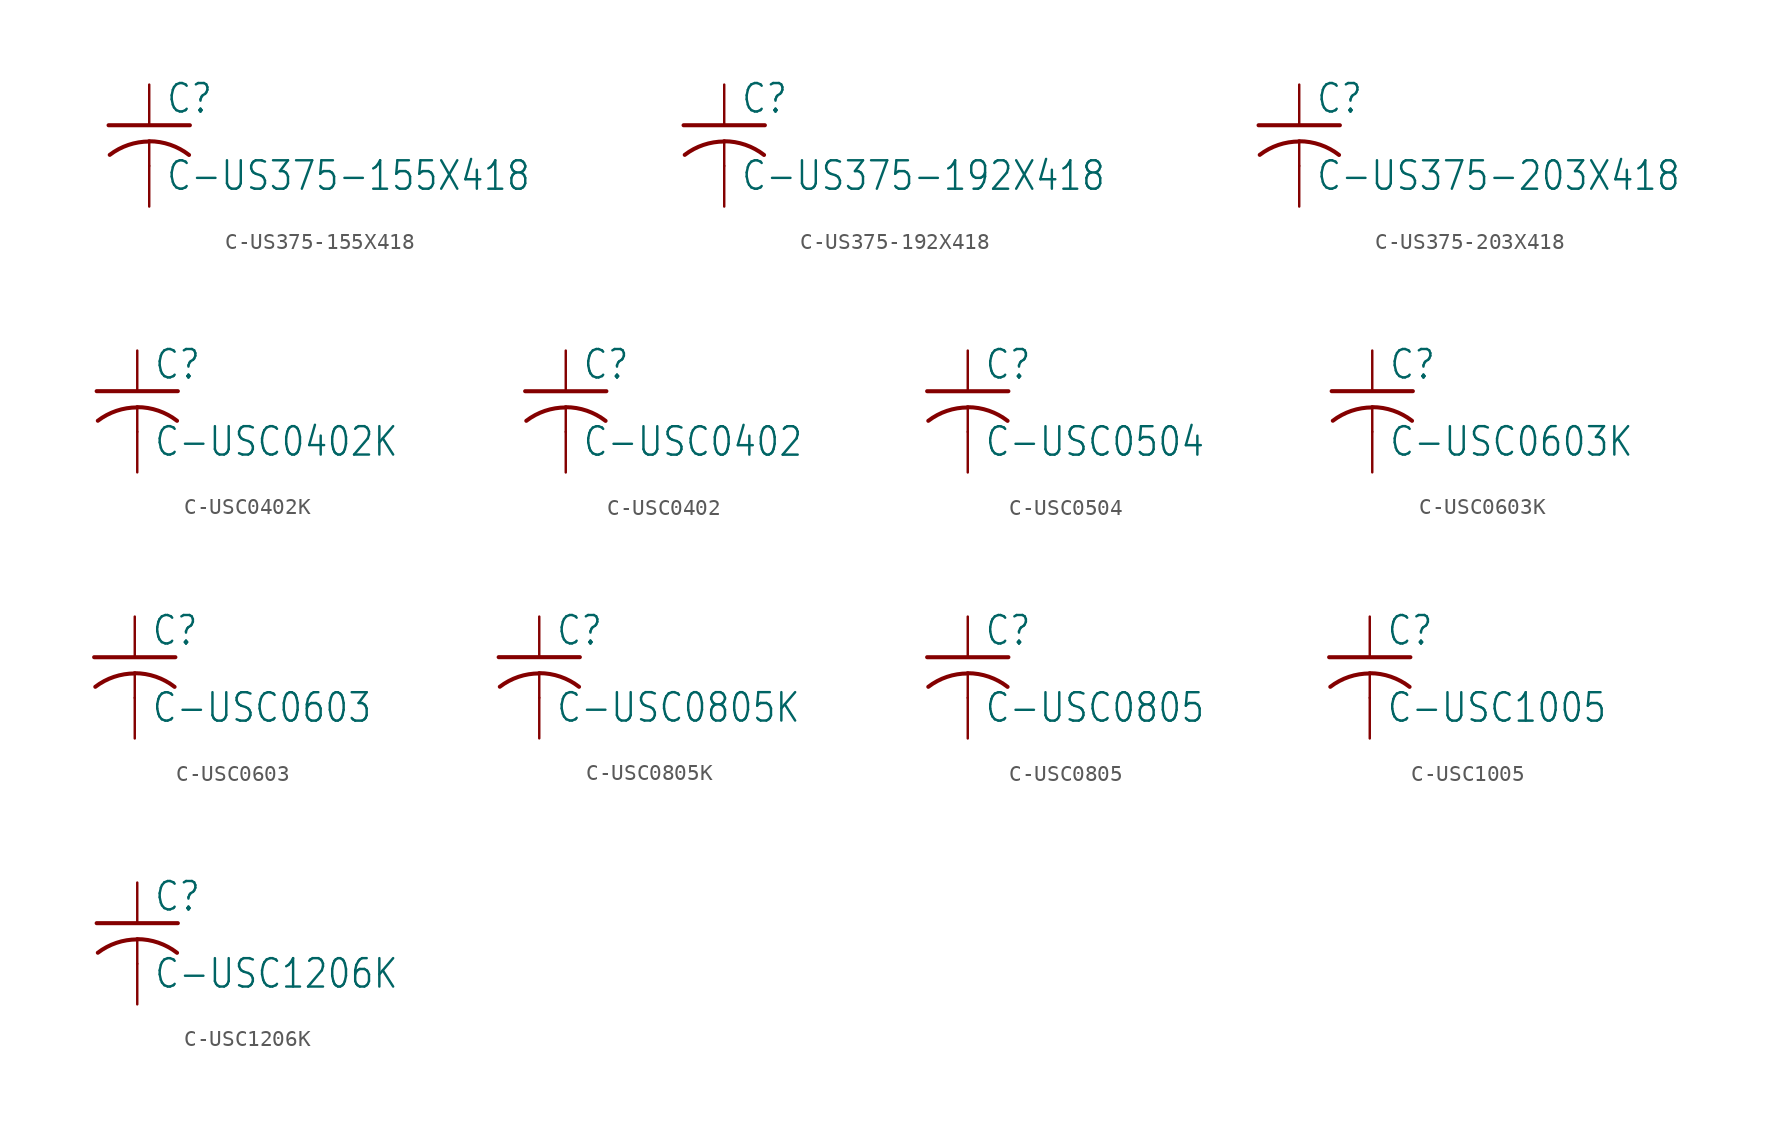
<source format=kicad_sym>
(kicad_symbol_lib
  (version 20211014)
  (generator kicad_symbol_editor)
  (symbol "C-US375-155X418"
    (property "Reference" "C"
      (at 1.016 0.635 0)
      (effects (font (size 1.778 1.511)) (justify left bottom)))
    (property "Value" "C-US375-155X418"
      (at 1.016 -4.191 0)
      (effects (font (size 1.778 1.511)) (justify left bottom)))
    (property "ki_locked" ""
      (at 0 0 0)
      (effects (font (size 1.27 1.27))))
    (symbol "C-US375-155X418_1_0"
      (arc (start 0 -1.0161) (mid -1.302 -1.2303) (end -2.4668 -1.8504) (stroke (width 0.254) (type default) (color 0 0 0 0)) (fill (type none)))
      (polyline (pts (xy -2.54 0) (xy 2.54 0)) (stroke (width 0.254) (type default) (color 0 0 0 0)) (fill (type none)))
      (polyline (pts (xy 0 -1.016) (xy 0 -2.54)) (stroke (width 0.152) (type default) (color 0 0 0 0)) (fill (type none)))
      (polyline (pts (xy 0 -1.016) (xy 0 -1.016)) (stroke (width 0.152) (type default) (color 0 0 0 0)) (fill (type none)))
      (arc (start 2.4892 -1.8542) (mid 1.3158 -1.2195) (end 0 -1) (stroke (width 0.254) (type default) (color 0 0 0 0)) (fill (type none)))
      (pin passive line (at 0 2.54 270) (length 2.54) (name "1" (effects (font (size 0 0)))) (number "1" (effects (font (size 0 0)))))
      (pin passive line (at 0 -5.08 90) (length 2.54) (name "2" (effects (font (size 0 0)))) (number "2" (effects (font (size 0 0)))))))
  (symbol "C-US375-192X418"
    (property "Reference" "C"
      (at 1.016 0.635 0)
      (effects (font (size 1.778 1.511)) (justify left bottom)))
    (property "Value" "C-US375-192X418"
      (at 1.016 -4.191 0)
      (effects (font (size 1.778 1.511)) (justify left bottom)))
    (property "ki_locked" ""
      (at 0 0 0)
      (effects (font (size 1.27 1.27))))
    (symbol "C-US375-192X418_1_0"
      (arc (start 0 -1.0161) (mid -1.302 -1.2303) (end -2.4668 -1.8504) (stroke (width 0.254) (type default) (color 0 0 0 0)) (fill (type none)))
      (polyline (pts (xy -2.54 0) (xy 2.54 0)) (stroke (width 0.254) (type default) (color 0 0 0 0)) (fill (type none)))
      (polyline (pts (xy 0 -1.016) (xy 0 -2.54)) (stroke (width 0.152) (type default) (color 0 0 0 0)) (fill (type none)))
      (polyline (pts (xy 0 -1.016) (xy 0 -1.016)) (stroke (width 0.152) (type default) (color 0 0 0 0)) (fill (type none)))
      (arc (start 2.4892 -1.8542) (mid 1.3158 -1.2195) (end 0 -1) (stroke (width 0.254) (type default) (color 0 0 0 0)) (fill (type none)))
      (pin passive line (at 0 2.54 270) (length 2.54) (name "1" (effects (font (size 0 0)))) (number "1" (effects (font (size 0 0)))))
      (pin passive line (at 0 -5.08 90) (length 2.54) (name "2" (effects (font (size 0 0)))) (number "2" (effects (font (size 0 0)))))))
  (symbol "C-US375-203X418"
    (property "Reference" "C"
      (at 1.016 0.635 0)
      (effects (font (size 1.778 1.511)) (justify left bottom)))
    (property "Value" "C-US375-203X418"
      (at 1.016 -4.191 0)
      (effects (font (size 1.778 1.511)) (justify left bottom)))
    (property "ki_locked" ""
      (at 0 0 0)
      (effects (font (size 1.27 1.27))))
    (symbol "C-US375-203X418_1_0"
      (arc (start 0 -1.0161) (mid -1.302 -1.2303) (end -2.4668 -1.8504) (stroke (width 0.254) (type default) (color 0 0 0 0)) (fill (type none)))
      (polyline (pts (xy -2.54 0) (xy 2.54 0)) (stroke (width 0.254) (type default) (color 0 0 0 0)) (fill (type none)))
      (polyline (pts (xy 0 -1.016) (xy 0 -2.54)) (stroke (width 0.152) (type default) (color 0 0 0 0)) (fill (type none)))
      (polyline (pts (xy 0 -1.016) (xy 0 -1.016)) (stroke (width 0.152) (type default) (color 0 0 0 0)) (fill (type none)))
      (arc (start 2.4892 -1.8542) (mid 1.3158 -1.2195) (end 0 -1) (stroke (width 0.254) (type default) (color 0 0 0 0)) (fill (type none)))
      (pin passive line (at 0 2.54 270) (length 2.54) (name "1" (effects (font (size 0 0)))) (number "1" (effects (font (size 0 0)))))
      (pin passive line (at 0 -5.08 90) (length 2.54) (name "2" (effects (font (size 0 0)))) (number "2" (effects (font (size 0 0)))))))
  (symbol "C-USC0402K"
    (property "Reference" "C"
      (at 1.016 0.635 0)
      (effects (font (size 1.778 1.511)) (justify left bottom)))
    (property "Value" "C-USC0402K"
      (at 1.016 -4.191 0)
      (effects (font (size 1.778 1.511)) (justify left bottom)))
    (property "ki_locked" ""
      (at 0 0 0)
      (effects (font (size 1.27 1.27))))
    (symbol "C-USC0402K_1_0"
      (arc (start 0 -1.0161) (mid -1.302 -1.2303) (end -2.4668 -1.8504) (stroke (width 0.254) (type default) (color 0 0 0 0)) (fill (type none)))
      (polyline (pts (xy -2.54 0) (xy 2.54 0)) (stroke (width 0.254) (type default) (color 0 0 0 0)) (fill (type none)))
      (polyline (pts (xy 0 -1.016) (xy 0 -2.54)) (stroke (width 0.152) (type default) (color 0 0 0 0)) (fill (type none)))
      (polyline (pts (xy 0 -1.016) (xy 0 -1.016)) (stroke (width 0.152) (type default) (color 0 0 0 0)) (fill (type none)))
      (arc (start 2.4892 -1.8542) (mid 1.3158 -1.2195) (end 0 -1) (stroke (width 0.254) (type default) (color 0 0 0 0)) (fill (type none)))
      (pin passive line (at 0 2.54 270) (length 2.54) (name "1" (effects (font (size 0 0)))) (number "1" (effects (font (size 0 0)))))
      (pin passive line (at 0 -5.08 90) (length 2.54) (name "2" (effects (font (size 0 0)))) (number "2" (effects (font (size 0 0)))))))
  (symbol "C-USC0402"
    (property "Reference" "C"
      (at 1.016 0.635 0)
      (effects (font (size 1.778 1.511)) (justify left bottom)))
    (property "Value" "C-USC0402"
      (at 1.016 -4.191 0)
      (effects (font (size 1.778 1.511)) (justify left bottom)))
    (property "ki_locked" ""
      (at 0 0 0)
      (effects (font (size 1.27 1.27))))
    (symbol "C-USC0402_1_0"
      (arc (start 0 -1.0161) (mid -1.302 -1.2303) (end -2.4668 -1.8504) (stroke (width 0.254) (type default) (color 0 0 0 0)) (fill (type none)))
      (polyline (pts (xy -2.54 0) (xy 2.54 0)) (stroke (width 0.254) (type default) (color 0 0 0 0)) (fill (type none)))
      (polyline (pts (xy 0 -1.016) (xy 0 -2.54)) (stroke (width 0.152) (type default) (color 0 0 0 0)) (fill (type none)))
      (polyline (pts (xy 0 -1.016) (xy 0 -1.016)) (stroke (width 0.152) (type default) (color 0 0 0 0)) (fill (type none)))
      (arc (start 2.4892 -1.8542) (mid 1.3158 -1.2195) (end 0 -1) (stroke (width 0.254) (type default) (color 0 0 0 0)) (fill (type none)))
      (pin passive line (at 0 2.54 270) (length 2.54) (name "1" (effects (font (size 0 0)))) (number "1" (effects (font (size 0 0)))))
      (pin passive line (at 0 -5.08 90) (length 2.54) (name "2" (effects (font (size 0 0)))) (number "2" (effects (font (size 0 0)))))))
  (symbol "C-USC0504"
    (property "Reference" "C"
      (at 1.016 0.635 0)
      (effects (font (size 1.778 1.511)) (justify left bottom)))
    (property "Value" "C-USC0504"
      (at 1.016 -4.191 0)
      (effects (font (size 1.778 1.511)) (justify left bottom)))
    (property "ki_locked" ""
      (at 0 0 0)
      (effects (font (size 1.27 1.27))))
    (symbol "C-USC0504_1_0"
      (arc (start 0 -1.0161) (mid -1.302 -1.2303) (end -2.4668 -1.8504) (stroke (width 0.254) (type default) (color 0 0 0 0)) (fill (type none)))
      (polyline (pts (xy -2.54 0) (xy 2.54 0)) (stroke (width 0.254) (type default) (color 0 0 0 0)) (fill (type none)))
      (polyline (pts (xy 0 -1.016) (xy 0 -2.54)) (stroke (width 0.152) (type default) (color 0 0 0 0)) (fill (type none)))
      (polyline (pts (xy 0 -1.016) (xy 0 -1.016)) (stroke (width 0.152) (type default) (color 0 0 0 0)) (fill (type none)))
      (arc (start 2.4892 -1.8542) (mid 1.3158 -1.2195) (end 0 -1) (stroke (width 0.254) (type default) (color 0 0 0 0)) (fill (type none)))
      (pin passive line (at 0 2.54 270) (length 2.54) (name "1" (effects (font (size 0 0)))) (number "1" (effects (font (size 0 0)))))
      (pin passive line (at 0 -5.08 90) (length 2.54) (name "2" (effects (font (size 0 0)))) (number "2" (effects (font (size 0 0)))))))
  (symbol "C-USC0603K"
    (property "Reference" "C"
      (at 1.016 0.635 0)
      (effects (font (size 1.778 1.511)) (justify left bottom)))
    (property "Value" "C-USC0603K"
      (at 1.016 -4.191 0)
      (effects (font (size 1.778 1.511)) (justify left bottom)))
    (property "ki_locked" ""
      (at 0 0 0)
      (effects (font (size 1.27 1.27))))
    (symbol "C-USC0603K_1_0"
      (arc (start 0 -1.0161) (mid -1.302 -1.2303) (end -2.4668 -1.8504) (stroke (width 0.254) (type default) (color 0 0 0 0)) (fill (type none)))
      (polyline (pts (xy -2.54 0) (xy 2.54 0)) (stroke (width 0.254) (type default) (color 0 0 0 0)) (fill (type none)))
      (polyline (pts (xy 0 -1.016) (xy 0 -2.54)) (stroke (width 0.152) (type default) (color 0 0 0 0)) (fill (type none)))
      (polyline (pts (xy 0 -1.016) (xy 0 -1.016)) (stroke (width 0.152) (type default) (color 0 0 0 0)) (fill (type none)))
      (arc (start 2.4892 -1.8542) (mid 1.3158 -1.2195) (end 0 -1) (stroke (width 0.254) (type default) (color 0 0 0 0)) (fill (type none)))
      (pin passive line (at 0 2.54 270) (length 2.54) (name "1" (effects (font (size 0 0)))) (number "1" (effects (font (size 0 0)))))
      (pin passive line (at 0 -5.08 90) (length 2.54) (name "2" (effects (font (size 0 0)))) (number "2" (effects (font (size 0 0)))))))
  (symbol "C-USC0603"
    (property "Reference" "C"
      (at 1.016 0.635 0)
      (effects (font (size 1.778 1.511)) (justify left bottom)))
    (property "Value" "C-USC0603"
      (at 1.016 -4.191 0)
      (effects (font (size 1.778 1.511)) (justify left bottom)))
    (property "ki_locked" ""
      (at 0 0 0)
      (effects (font (size 1.27 1.27))))
    (symbol "C-USC0603_1_0"
      (arc (start 0 -1.0161) (mid -1.302 -1.2303) (end -2.4668 -1.8504) (stroke (width 0.254) (type default) (color 0 0 0 0)) (fill (type none)))
      (polyline (pts (xy -2.54 0) (xy 2.54 0)) (stroke (width 0.254) (type default) (color 0 0 0 0)) (fill (type none)))
      (polyline (pts (xy 0 -1.016) (xy 0 -2.54)) (stroke (width 0.152) (type default) (color 0 0 0 0)) (fill (type none)))
      (polyline (pts (xy 0 -1.016) (xy 0 -1.016)) (stroke (width 0.152) (type default) (color 0 0 0 0)) (fill (type none)))
      (arc (start 2.4892 -1.8542) (mid 1.3158 -1.2195) (end 0 -1) (stroke (width 0.254) (type default) (color 0 0 0 0)) (fill (type none)))
      (pin passive line (at 0 2.54 270) (length 2.54) (name "1" (effects (font (size 0 0)))) (number "1" (effects (font (size 0 0)))))
      (pin passive line (at 0 -5.08 90) (length 2.54) (name "2" (effects (font (size 0 0)))) (number "2" (effects (font (size 0 0)))))))
  (symbol "C-USC0805K"
    (property "Reference" "C"
      (at 1.016 0.635 0)
      (effects (font (size 1.778 1.511)) (justify left bottom)))
    (property "Value" "C-USC0805K"
      (at 1.016 -4.191 0)
      (effects (font (size 1.778 1.511)) (justify left bottom)))
    (property "ki_locked" ""
      (at 0 0 0)
      (effects (font (size 1.27 1.27))))
    (symbol "C-USC0805K_1_0"
      (arc (start 0 -1.0161) (mid -1.302 -1.2303) (end -2.4668 -1.8504) (stroke (width 0.254) (type default) (color 0 0 0 0)) (fill (type none)))
      (polyline (pts (xy -2.54 0) (xy 2.54 0)) (stroke (width 0.254) (type default) (color 0 0 0 0)) (fill (type none)))
      (polyline (pts (xy 0 -1.016) (xy 0 -2.54)) (stroke (width 0.152) (type default) (color 0 0 0 0)) (fill (type none)))
      (polyline (pts (xy 0 -1.016) (xy 0 -1.016)) (stroke (width 0.152) (type default) (color 0 0 0 0)) (fill (type none)))
      (arc (start 2.4892 -1.8542) (mid 1.3158 -1.2195) (end 0 -1) (stroke (width 0.254) (type default) (color 0 0 0 0)) (fill (type none)))
      (pin passive line (at 0 2.54 270) (length 2.54) (name "1" (effects (font (size 0 0)))) (number "1" (effects (font (size 0 0)))))
      (pin passive line (at 0 -5.08 90) (length 2.54) (name "2" (effects (font (size 0 0)))) (number "2" (effects (font (size 0 0)))))))
  (symbol "C-USC0805"
    (property "Reference" "C"
      (at 1.016 0.635 0)
      (effects (font (size 1.778 1.511)) (justify left bottom)))
    (property "Value" "C-USC0805"
      (at 1.016 -4.191 0)
      (effects (font (size 1.778 1.511)) (justify left bottom)))
    (property "ki_locked" ""
      (at 0 0 0)
      (effects (font (size 1.27 1.27))))
    (symbol "C-USC0805_1_0"
      (arc (start 0 -1.0161) (mid -1.302 -1.2303) (end -2.4668 -1.8504) (stroke (width 0.254) (type default) (color 0 0 0 0)) (fill (type none)))
      (polyline (pts (xy -2.54 0) (xy 2.54 0)) (stroke (width 0.254) (type default) (color 0 0 0 0)) (fill (type none)))
      (polyline (pts (xy 0 -1.016) (xy 0 -2.54)) (stroke (width 0.152) (type default) (color 0 0 0 0)) (fill (type none)))
      (polyline (pts (xy 0 -1.016) (xy 0 -1.016)) (stroke (width 0.152) (type default) (color 0 0 0 0)) (fill (type none)))
      (arc (start 2.4892 -1.8542) (mid 1.3158 -1.2195) (end 0 -1) (stroke (width 0.254) (type default) (color 0 0 0 0)) (fill (type none)))
      (pin passive line (at 0 2.54 270) (length 2.54) (name "1" (effects (font (size 0 0)))) (number "1" (effects (font (size 0 0)))))
      (pin passive line (at 0 -5.08 90) (length 2.54) (name "2" (effects (font (size 0 0)))) (number "2" (effects (font (size 0 0)))))))
  (symbol "C-USC1005"
    (property "Reference" "C"
      (at 1.016 0.635 0)
      (effects (font (size 1.778 1.511)) (justify left bottom)))
    (property "Value" "C-USC1005"
      (at 1.016 -4.191 0)
      (effects (font (size 1.778 1.511)) (justify left bottom)))
    (property "ki_locked" ""
      (at 0 0 0)
      (effects (font (size 1.27 1.27))))
    (symbol "C-USC1005_1_0"
      (arc (start 0 -1.0161) (mid -1.302 -1.2303) (end -2.4668 -1.8504) (stroke (width 0.254) (type default) (color 0 0 0 0)) (fill (type none)))
      (polyline (pts (xy -2.54 0) (xy 2.54 0)) (stroke (width 0.254) (type default) (color 0 0 0 0)) (fill (type none)))
      (polyline (pts (xy 0 -1.016) (xy 0 -2.54)) (stroke (width 0.152) (type default) (color 0 0 0 0)) (fill (type none)))
      (polyline (pts (xy 0 -1.016) (xy 0 -1.016)) (stroke (width 0.152) (type default) (color 0 0 0 0)) (fill (type none)))
      (arc (start 2.4892 -1.8542) (mid 1.3158 -1.2195) (end 0 -1) (stroke (width 0.254) (type default) (color 0 0 0 0)) (fill (type none)))
      (pin passive line (at 0 2.54 270) (length 2.54) (name "1" (effects (font (size 0 0)))) (number "1" (effects (font (size 0 0)))))
      (pin passive line (at 0 -5.08 90) (length 2.54) (name "2" (effects (font (size 0 0)))) (number "2" (effects (font (size 0 0)))))))
  (symbol "C-USC1206K"
    (property "Reference" "C"
      (at 1.016 0.635 0)
      (effects (font (size 1.778 1.511)) (justify left bottom)))
    (property "Value" "C-USC1206K"
      (at 1.016 -4.191 0)
      (effects (font (size 1.778 1.511)) (justify left bottom)))
    (property "ki_locked" ""
      (at 0 0 0)
      (effects (font (size 1.27 1.27))))
    (symbol "C-USC1206K_1_0"
      (arc (start 0 -1.0161) (mid -1.302 -1.2303) (end -2.4668 -1.8504) (stroke (width 0.254) (type default) (color 0 0 0 0)) (fill (type none)))
      (polyline (pts (xy -2.54 0) (xy 2.54 0)) (stroke (width 0.254) (type default) (color 0 0 0 0)) (fill (type none)))
      (polyline (pts (xy 0 -1.016) (xy 0 -2.54)) (stroke (width 0.152) (type default) (color 0 0 0 0)) (fill (type none)))
      (polyline (pts (xy 0 -1.016) (xy 0 -1.016)) (stroke (width 0.152) (type default) (color 0 0 0 0)) (fill (type none)))
      (arc (start 2.4892 -1.8542) (mid 1.3158 -1.2195) (end 0 -1) (stroke (width 0.254) (type default) (color 0 0 0 0)) (fill (type none)))
      (pin passive line (at 0 2.54 270) (length 2.54) (name "1" (effects (font (size 0 0)))) (number "1" (effects (font (size 0 0)))))
      (pin passive line (at 0 -5.08 90) (length 2.54) (name "2" (effects (font (size 0 0)))) (number "2" (effects (font (size 0 0))))))))
</source>
